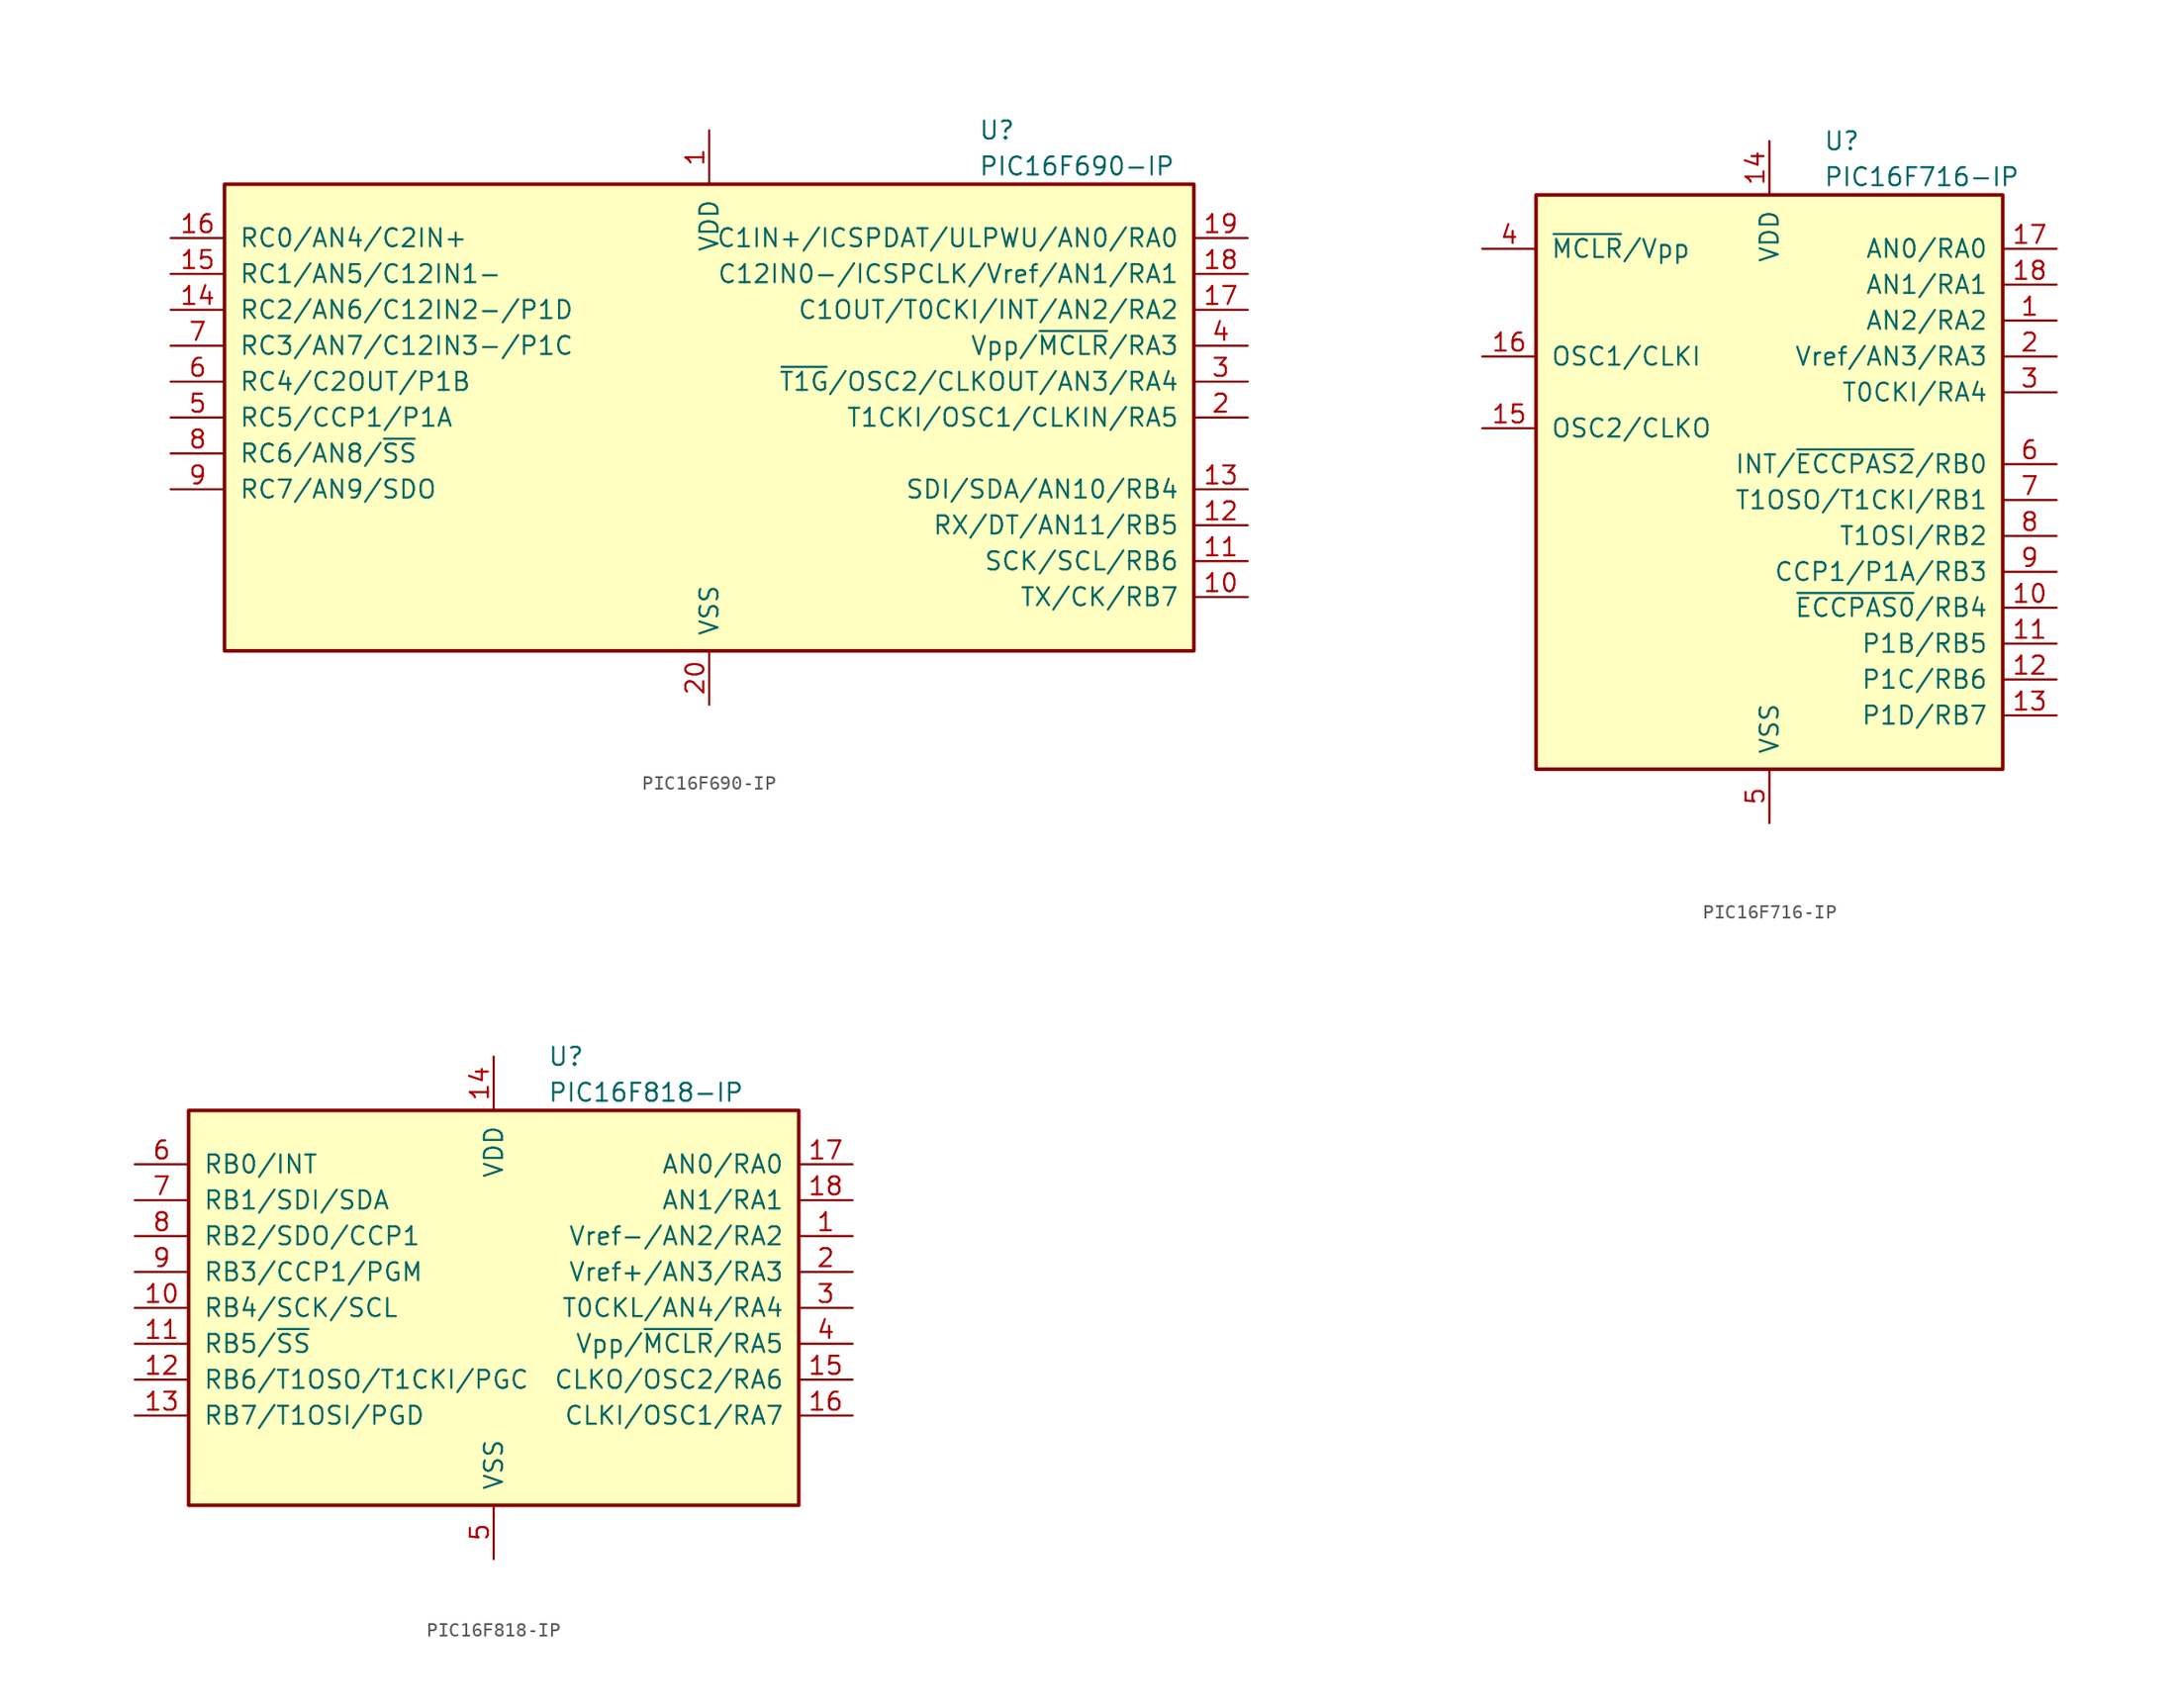
<source format=kicad_sym>
(kicad_symbol_lib
  (version 20200908)
  (generator kicad_symbol_editor)
  (symbol "MCU_Microchip_PIC16:PIC16F690-IP"
    (pin_names
      (offset 1.016))
    (property "Reference" "U"
      (at 19.05 20.32 0)
      (effects (font (size 1.27 1.27)) (justify left)))
    (property "Value" "PIC16F690-IP"
      (at 19.05 17.78 0)
      (effects (font (size 1.27 1.27)) (justify left)))
    (symbol "PIC16F690-IP_0_1"
      (rectangle (start -34.29 16.51) (end 34.29 -16.51) (stroke (width 0.254)) (fill (type background))))
    (symbol "PIC16F690-IP_1_1"
      (pin power_in line (at 0 20.32 270) (length 3.81) (name "VDD" (effects (font (size 1.27 1.27)))) (number "1" (effects (font (size 1.27 1.27)))))
      (pin bidirectional line (at 38.1 -12.7 180) (length 3.81) (name "TX/CK/RB7" (effects (font (size 1.27 1.27)))) (number "10" (effects (font (size 1.27 1.27)))))
      (pin bidirectional line (at 38.1 -10.16 180) (length 3.81) (name "SCK/SCL/RB6" (effects (font (size 1.27 1.27)))) (number "11" (effects (font (size 1.27 1.27)))))
      (pin bidirectional line (at 38.1 -7.62 180) (length 3.81) (name "RX/DT/AN11/RB5" (effects (font (size 1.27 1.27)))) (number "12" (effects (font (size 1.27 1.27)))))
      (pin bidirectional line (at 38.1 -5.08 180) (length 3.81) (name "SDI/SDA/AN10/RB4" (effects (font (size 1.27 1.27)))) (number "13" (effects (font (size 1.27 1.27)))))
      (pin bidirectional line (at -38.1 7.62 0) (length 3.81) (name "RC2/AN6/C12IN2-/P1D" (effects (font (size 1.27 1.27)))) (number "14" (effects (font (size 1.27 1.27)))))
      (pin bidirectional line (at -38.1 10.16 0) (length 3.81) (name "RC1/AN5/C12IN1-" (effects (font (size 1.27 1.27)))) (number "15" (effects (font (size 1.27 1.27)))))
      (pin bidirectional line (at -38.1 12.7 0) (length 3.81) (name "RC0/AN4/C2IN+" (effects (font (size 1.27 1.27)))) (number "16" (effects (font (size 1.27 1.27)))))
      (pin bidirectional line (at 38.1 7.62 180) (length 3.81) (name "C1OUT/T0CKI/INT/AN2/RA2" (effects (font (size 1.27 1.27)))) (number "17" (effects (font (size 1.27 1.27)))))
      (pin bidirectional line (at 38.1 10.16 180) (length 3.81) (name "C12IN0-/ICSPCLK/Vref/AN1/RA1" (effects (font (size 1.27 1.27)))) (number "18" (effects (font (size 1.27 1.27)))))
      (pin bidirectional line (at 38.1 12.7 180) (length 3.81) (name "C1IN+/ICSPDAT/ULPWU/AN0/RA0" (effects (font (size 1.27 1.27)))) (number "19" (effects (font (size 1.27 1.27)))))
      (pin bidirectional line (at 38.1 0 180) (length 3.81) (name "T1CKI/OSC1/CLKIN/RA5" (effects (font (size 1.27 1.27)))) (number "2" (effects (font (size 1.27 1.27)))))
      (pin power_in line (at 0 -20.32 90) (length 3.81) (name "VSS" (effects (font (size 1.27 1.27)))) (number "20" (effects (font (size 1.27 1.27)))))
      (pin bidirectional line (at 38.1 2.54 180) (length 3.81) (name "~T1G~/OSC2/CLKOUT/AN3/RA4" (effects (font (size 1.27 1.27)))) (number "3" (effects (font (size 1.27 1.27)))))
      (pin input line (at 38.1 5.08 180) (length 3.81) (name "Vpp/~MCLR~/RA3" (effects (font (size 1.27 1.27)))) (number "4" (effects (font (size 1.27 1.27)))))
      (pin bidirectional line (at -38.1 0 0) (length 3.81) (name "RC5/CCP1/P1A" (effects (font (size 1.27 1.27)))) (number "5" (effects (font (size 1.27 1.27)))))
      (pin bidirectional line (at -38.1 2.54 0) (length 3.81) (name "RC4/C2OUT/P1B" (effects (font (size 1.27 1.27)))) (number "6" (effects (font (size 1.27 1.27)))))
      (pin bidirectional line (at -38.1 5.08 0) (length 3.81) (name "RC3/AN7/C12IN3-/P1C" (effects (font (size 1.27 1.27)))) (number "7" (effects (font (size 1.27 1.27)))))
      (pin bidirectional line (at -38.1 -2.54 0) (length 3.81) (name "RC6/AN8/~SS~" (effects (font (size 1.27 1.27)))) (number "8" (effects (font (size 1.27 1.27)))))
      (pin bidirectional line (at -38.1 -5.08 0) (length 3.81) (name "RC7/AN9/SDO" (effects (font (size 1.27 1.27)))) (number "9" (effects (font (size 1.27 1.27)))))))
  (symbol "MCU_Microchip_PIC16:PIC16F716-IP"
    (pin_names
      (offset 1.016))
    (property "Reference" "U"
      (at 3.81 22.86 0)
      (effects (font (size 1.27 1.27)) (justify left)))
    (property "Value" "PIC16F716-IP"
      (at 3.81 20.32 0)
      (effects (font (size 1.27 1.27)) (justify left)))
    (symbol "PIC16F716-IP_0_1"
      (rectangle (start -16.51 19.05) (end 16.51 -21.59) (stroke (width 0.254)) (fill (type background))))
    (symbol "PIC16F716-IP_1_1"
      (pin bidirectional line (at 20.32 10.16 180) (length 3.81) (name "AN2/RA2" (effects (font (size 1.27 1.27)))) (number "1" (effects (font (size 1.27 1.27)))))
      (pin bidirectional line (at 20.32 -10.16 180) (length 3.81) (name "~ECCPAS0~/RB4" (effects (font (size 1.27 1.27)))) (number "10" (effects (font (size 1.27 1.27)))))
      (pin bidirectional line (at 20.32 -12.7 180) (length 3.81) (name "P1B/RB5" (effects (font (size 1.27 1.27)))) (number "11" (effects (font (size 1.27 1.27)))))
      (pin bidirectional line (at 20.32 -15.24 180) (length 3.81) (name "P1C/RB6" (effects (font (size 1.27 1.27)))) (number "12" (effects (font (size 1.27 1.27)))))
      (pin bidirectional line (at 20.32 -17.78 180) (length 3.81) (name "P1D/RB7" (effects (font (size 1.27 1.27)))) (number "13" (effects (font (size 1.27 1.27)))))
      (pin power_in line (at 0 22.86 270) (length 3.81) (name "VDD" (effects (font (size 1.27 1.27)))) (number "14" (effects (font (size 1.27 1.27)))))
      (pin output line (at -20.32 2.54 0) (length 3.81) (name "OSC2/CLKO" (effects (font (size 1.27 1.27)))) (number "15" (effects (font (size 1.27 1.27)))))
      (pin input line (at -20.32 7.62 0) (length 3.81) (name "OSC1/CLKI" (effects (font (size 1.27 1.27)))) (number "16" (effects (font (size 1.27 1.27)))))
      (pin bidirectional line (at 20.32 15.24 180) (length 3.81) (name "AN0/RA0" (effects (font (size 1.27 1.27)))) (number "17" (effects (font (size 1.27 1.27)))))
      (pin bidirectional line (at 20.32 12.7 180) (length 3.81) (name "AN1/RA1" (effects (font (size 1.27 1.27)))) (number "18" (effects (font (size 1.27 1.27)))))
      (pin bidirectional line (at 20.32 7.62 180) (length 3.81) (name "Vref/AN3/RA3" (effects (font (size 1.27 1.27)))) (number "2" (effects (font (size 1.27 1.27)))))
      (pin output line (at 20.32 5.08 180) (length 3.81) (name "T0CKI/RA4" (effects (font (size 1.27 1.27)))) (number "3" (effects (font (size 1.27 1.27)))))
      (pin input line (at -20.32 15.24 0) (length 3.81) (name "~MCLR~/Vpp" (effects (font (size 1.27 1.27)))) (number "4" (effects (font (size 1.27 1.27)))))
      (pin power_in line (at 0 -25.4 90) (length 3.81) (name "VSS" (effects (font (size 1.27 1.27)))) (number "5" (effects (font (size 1.27 1.27)))))
      (pin bidirectional line (at 20.32 0 180) (length 3.81) (name "INT/~ECCPAS2~/RB0" (effects (font (size 1.27 1.27)))) (number "6" (effects (font (size 1.27 1.27)))))
      (pin bidirectional line (at 20.32 -2.54 180) (length 3.81) (name "T1OSO/T1CKI/RB1" (effects (font (size 1.27 1.27)))) (number "7" (effects (font (size 1.27 1.27)))))
      (pin bidirectional line (at 20.32 -5.08 180) (length 3.81) (name "T1OSI/RB2" (effects (font (size 1.27 1.27)))) (number "8" (effects (font (size 1.27 1.27)))))
      (pin bidirectional line (at 20.32 -7.62 180) (length 3.81) (name "CCP1/P1A/RB3" (effects (font (size 1.27 1.27)))) (number "9" (effects (font (size 1.27 1.27)))))))
  (symbol "MCU_Microchip_PIC16:PIC16F818-IP"
    (pin_names
      (offset 1.016))
    (property "Reference" "U"
      (at 3.81 17.78 0)
      (effects (font (size 1.27 1.27)) (justify left)))
    (property "Value" "PIC16F818-IP"
      (at 3.81 15.24 0)
      (effects (font (size 1.27 1.27)) (justify left)))
    (symbol "PIC16F818-IP_0_1"
      (rectangle (start -21.59 13.97) (end 21.59 -13.97) (stroke (width 0.254)) (fill (type background))))
    (symbol "PIC16F818-IP_1_1"
      (pin bidirectional line (at 25.4 5.08 180) (length 3.81) (name "Vref-/AN2/RA2" (effects (font (size 1.27 1.27)))) (number "1" (effects (font (size 1.27 1.27)))))
      (pin bidirectional line (at -25.4 0 0) (length 3.81) (name "RB4/SCK/SCL" (effects (font (size 1.27 1.27)))) (number "10" (effects (font (size 1.27 1.27)))))
      (pin bidirectional line (at -25.4 -2.54 0) (length 3.81) (name "RB5/~SS~" (effects (font (size 1.27 1.27)))) (number "11" (effects (font (size 1.27 1.27)))))
      (pin bidirectional line (at -25.4 -5.08 0) (length 3.81) (name "RB6/T1OSO/T1CKI/PGC" (effects (font (size 1.27 1.27)))) (number "12" (effects (font (size 1.27 1.27)))))
      (pin bidirectional line (at -25.4 -7.62 0) (length 3.81) (name "RB7/T1OSI/PGD" (effects (font (size 1.27 1.27)))) (number "13" (effects (font (size 1.27 1.27)))))
      (pin power_in line (at 0 17.78 270) (length 3.81) (name "VDD" (effects (font (size 1.27 1.27)))) (number "14" (effects (font (size 1.27 1.27)))))
      (pin bidirectional line (at 25.4 -5.08 180) (length 3.81) (name "CLKO/OSC2/RA6" (effects (font (size 1.27 1.27)))) (number "15" (effects (font (size 1.27 1.27)))))
      (pin bidirectional line (at 25.4 -7.62 180) (length 3.81) (name "CLKI/OSC1/RA7" (effects (font (size 1.27 1.27)))) (number "16" (effects (font (size 1.27 1.27)))))
      (pin bidirectional line (at 25.4 10.16 180) (length 3.81) (name "AN0/RA0" (effects (font (size 1.27 1.27)))) (number "17" (effects (font (size 1.27 1.27)))))
      (pin bidirectional line (at 25.4 7.62 180) (length 3.81) (name "AN1/RA1" (effects (font (size 1.27 1.27)))) (number "18" (effects (font (size 1.27 1.27)))))
      (pin bidirectional line (at 25.4 2.54 180) (length 3.81) (name "Vref+/AN3/RA3" (effects (font (size 1.27 1.27)))) (number "2" (effects (font (size 1.27 1.27)))))
      (pin bidirectional line (at 25.4 0 180) (length 3.81) (name "T0CKL/AN4/RA4" (effects (font (size 1.27 1.27)))) (number "3" (effects (font (size 1.27 1.27)))))
      (pin input line (at 25.4 -2.54 180) (length 3.81) (name "Vpp/~MCLR~/RA5" (effects (font (size 1.27 1.27)))) (number "4" (effects (font (size 1.27 1.27)))))
      (pin power_in line (at 0 -17.78 90) (length 3.81) (name "VSS" (effects (font (size 1.27 1.27)))) (number "5" (effects (font (size 1.27 1.27)))))
      (pin bidirectional line (at -25.4 10.16 0) (length 3.81) (name "RB0/INT" (effects (font (size 1.27 1.27)))) (number "6" (effects (font (size 1.27 1.27)))))
      (pin bidirectional line (at -25.4 7.62 0) (length 3.81) (name "RB1/SDI/SDA" (effects (font (size 1.27 1.27)))) (number "7" (effects (font (size 1.27 1.27)))))
      (pin bidirectional line (at -25.4 5.08 0) (length 3.81) (name "RB2/SDO/CCP1" (effects (font (size 1.27 1.27)))) (number "8" (effects (font (size 1.27 1.27)))))
      (pin bidirectional line (at -25.4 2.54 0) (length 3.81) (name "RB3/CCP1/PGM" (effects (font (size 1.27 1.27)))) (number "9" (effects (font (size 1.27 1.27))))))))
</source>
